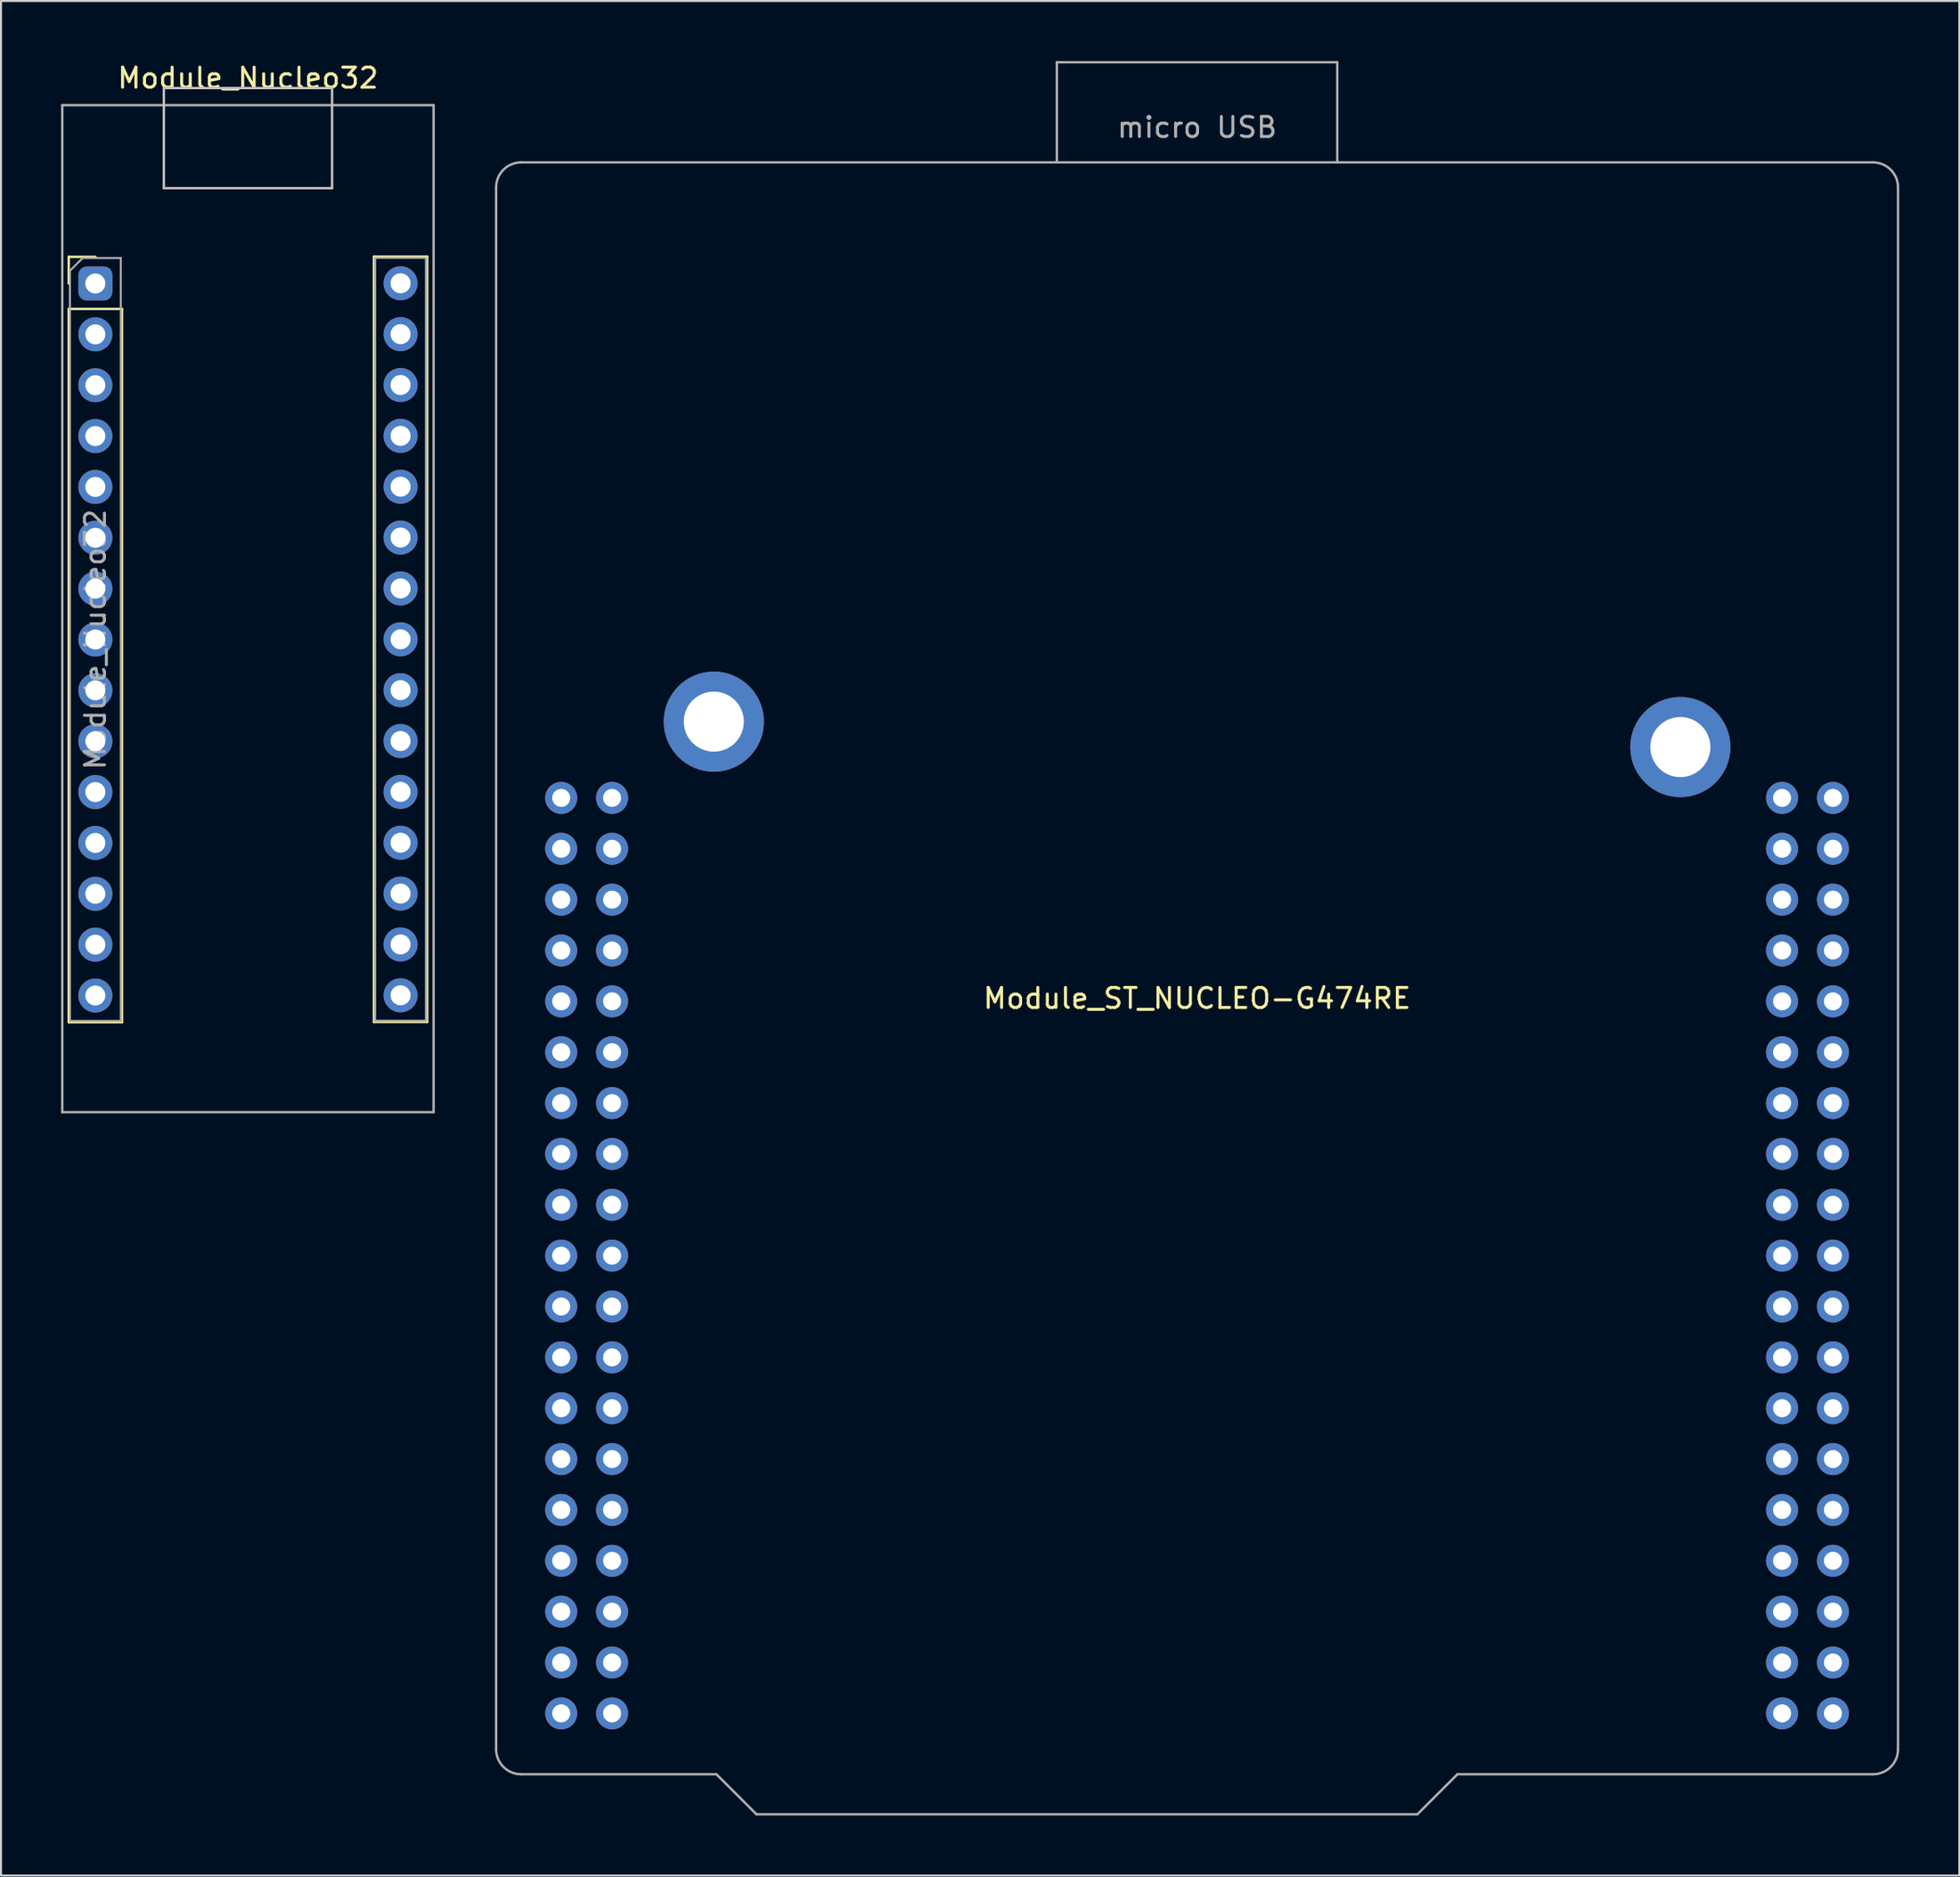
<source format=kicad_pcb>
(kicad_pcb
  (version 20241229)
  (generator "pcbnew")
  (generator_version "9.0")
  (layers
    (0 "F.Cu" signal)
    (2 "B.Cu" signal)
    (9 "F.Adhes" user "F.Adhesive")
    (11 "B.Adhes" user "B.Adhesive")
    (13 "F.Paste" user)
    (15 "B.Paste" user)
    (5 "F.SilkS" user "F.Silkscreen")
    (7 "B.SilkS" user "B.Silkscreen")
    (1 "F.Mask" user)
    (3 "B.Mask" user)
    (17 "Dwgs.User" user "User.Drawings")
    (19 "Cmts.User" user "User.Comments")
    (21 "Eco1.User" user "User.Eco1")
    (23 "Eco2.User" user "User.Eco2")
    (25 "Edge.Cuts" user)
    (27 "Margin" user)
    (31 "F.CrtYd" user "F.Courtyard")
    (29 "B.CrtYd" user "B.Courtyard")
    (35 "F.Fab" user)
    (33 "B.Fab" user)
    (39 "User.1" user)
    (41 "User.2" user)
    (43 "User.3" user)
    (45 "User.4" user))
  (footprint "Module_ST_NUCLEO-G474RE"
    (layer "F.Cu")
    (at 56.722 46.31)
    (property "Reference" "Module_ST_NUCLEO-G474RE" (at 0 0.5 0) (layer "F.SilkS") (effects (font (size 1 1) (thickness 0.15))))
    (attr through_hole)
    (fp_line (start -35 38) (end -35 -40) (stroke (width 0.12) (type solid)) (layer "F.Fab"))
    (fp_line (start -33.75 -41.25) (end 33.75 -41.25) (stroke (width 0.12) (type solid)) (layer "F.Fab"))
    (fp_line (start -24 39.25) (end -33.75 39.25) (stroke (width 0.12) (type solid)) (layer "F.Fab"))
    (fp_line (start -22 41.25) (end -24 39.25) (stroke (width 0.12) (type solid)) (layer "F.Fab"))
    (fp_line (start -22 41.25) (end 11 41.25) (stroke (width 0.12) (type solid)) (layer "F.Fab"))
    (fp_line (start -7 -46.25) (end -7 -41.25) (stroke (width 0.12) (type solid)) (layer "F.Fab"))
    (fp_line (start 7 -46.25) (end -7 -46.25) (stroke (width 0.12) (type solid)) (layer "F.Fab"))
    (fp_line (start 7 -41.25) (end 7 -46.25) (stroke (width 0.12) (type solid)) (layer "F.Fab"))
    (fp_line (start 11 41.25) (end 13 39.25) (stroke (width 0.12) (type solid)) (layer "F.Fab"))
    (fp_line (start 13 39.25) (end 33.75 39.25) (stroke (width 0.12) (type solid)) (layer "F.Fab"))
    (fp_line (start 35 -40) (end 35 38) (stroke (width 0.12) (type solid)) (layer "F.Fab"))
    (fp_arc (start -35 -40) (mid -34.633883 -40.883883) (end -33.75 -41.25) (stroke (width 0.12) (type solid)) (layer "F.Fab"))
    (fp_arc (start -33.75 39.25) (mid -34.633883 38.883883) (end -35 38) (stroke (width 0.12) (type solid)) (layer "F.Fab"))
    (fp_arc (start 33.75 -41.25) (mid 34.633883 -40.883883) (end 35 -40) (stroke (width 0.12) (type solid)) (layer "F.Fab"))
    (fp_arc (start 35 38) (mid 34.633883 38.883883) (end 33.75 39.25) (stroke (width 0.12) (type solid)) (layer "F.Fab"))
    (fp_text user "micro USB" (at 0 -43 0) (layer "F.Fab") (effects (font (size 1 1) (thickness 0.15))))
    (pad "" np_thru_hole circle (at -24.13 -13.32) (size 5 5) (drill 3) (layers "*.Cu" "*.Mask"))
    (pad "" np_thru_hole circle (at 24.13 -12.05) (size 5 5) (drill 3) (layers "*.Cu" "*.Mask"))
    (pad "1" thru_hole circle (at -31.75 -9.51) (size 1.6 1.6) (drill 0.9) (layers "*.Cu" "*.Mask"))
    (pad "2" thru_hole circle (at -29.21 -9.51) (size 1.6 1.6) (drill 0.9) (layers "*.Cu" "*.Mask"))
    (pad "3" thru_hole circle (at -31.75 -6.97) (size 1.6 1.6) (drill 0.9) (layers "*.Cu" "*.Mask"))
    (pad "4" thru_hole circle (at -29.21 -6.97) (size 1.6 1.6) (drill 0.9) (layers "*.Cu" "*.Mask"))
    (pad "5" thru_hole circle (at -31.75 -4.43) (size 1.6 1.6) (drill 0.9) (layers "*.Cu" "*.Mask"))
    (pad "6" thru_hole circle (at -29.21 -4.43) (size 1.6 1.6) (drill 0.9) (layers "*.Cu" "*.Mask"))
    (pad "7" thru_hole circle (at -31.75 -1.89) (size 1.6 1.6) (drill 0.9) (layers "*.Cu" "*.Mask"))
    (pad "8" thru_hole circle (at -29.21 -1.89) (size 1.6 1.6) (drill 0.9) (layers "*.Cu" "*.Mask"))
    (pad "9" thru_hole circle (at -31.75 0.65) (size 1.6 1.6) (drill 0.9) (layers "*.Cu" "*.Mask"))
    (pad "10" thru_hole circle (at -29.21 0.65) (size 1.6 1.6) (drill 0.9) (layers "*.Cu" "*.Mask"))
    (pad "11" thru_hole circle (at -31.75 3.19) (size 1.6 1.6) (drill 0.9) (layers "*.Cu" "*.Mask"))
    (pad "12" thru_hole circle (at -29.21 3.19) (size 1.6 1.6) (drill 0.9) (layers "*.Cu" "*.Mask"))
    (pad "13" thru_hole circle (at -31.75 5.73) (size 1.6 1.6) (drill 0.9) (layers "*.Cu" "*.Mask"))
    (pad "14" thru_hole circle (at -29.21 5.73) (size 1.6 1.6) (drill 0.9) (layers "*.Cu" "*.Mask"))
    (pad "15" thru_hole circle (at -31.75 8.27) (size 1.6 1.6) (drill 0.9) (layers "*.Cu" "*.Mask"))
    (pad "16" thru_hole circle (at -29.21 8.27) (size 1.6 1.6) (drill 0.9) (layers "*.Cu" "*.Mask"))
    (pad "17" thru_hole circle (at -31.75 10.81) (size 1.6 1.6) (drill 0.9) (layers "*.Cu" "*.Mask"))
    (pad "18" thru_hole circle (at -29.21 10.81) (size 1.6 1.6) (drill 0.9) (layers "*.Cu" "*.Mask"))
    (pad "19" thru_hole circle (at -31.75 13.35) (size 1.6 1.6) (drill 0.9) (layers "*.Cu" "*.Mask"))
    (pad "20" thru_hole circle (at -29.21 13.35) (size 1.6 1.6) (drill 0.9) (layers "*.Cu" "*.Mask"))
    (pad "21" thru_hole circle (at -31.75 15.89) (size 1.6 1.6) (drill 0.9) (layers "*.Cu" "*.Mask"))
    (pad "22" thru_hole circle (at -29.21 15.89) (size 1.6 1.6) (drill 0.9) (layers "*.Cu" "*.Mask"))
    (pad "23" thru_hole circle (at -31.75 18.43) (size 1.6 1.6) (drill 0.9) (layers "*.Cu" "*.Mask"))
    (pad "24" thru_hole circle (at -29.21 18.43) (size 1.6 1.6) (drill 0.9) (layers "*.Cu" "*.Mask"))
    (pad "25" thru_hole circle (at -31.75 20.97) (size 1.6 1.6) (drill 0.9) (layers "*.Cu" "*.Mask"))
    (pad "26" thru_hole circle (at -29.21 20.97) (size 1.6 1.6) (drill 0.9) (layers "*.Cu" "*.Mask"))
    (pad "27" thru_hole circle (at -31.75 23.51) (size 1.6 1.6) (drill 0.9) (layers "*.Cu" "*.Mask"))
    (pad "28" thru_hole circle (at -29.21 23.51) (size 1.6 1.6) (drill 0.9) (layers "*.Cu" "*.Mask"))
    (pad "29" thru_hole circle (at -31.75 26.05) (size 1.6 1.6) (drill 0.9) (layers "*.Cu" "*.Mask"))
    (pad "30" thru_hole circle (at -29.21 26.05) (size 1.6 1.6) (drill 0.9) (layers "*.Cu" "*.Mask"))
    (pad "31" thru_hole circle (at -31.75 28.59) (size 1.6 1.6) (drill 0.9) (layers "*.Cu" "*.Mask"))
    (pad "32" thru_hole circle (at -29.21 28.59) (size 1.6 1.6) (drill 0.9) (layers "*.Cu" "*.Mask"))
    (pad "33" thru_hole circle (at -31.75 31.13) (size 1.6 1.6) (drill 0.9) (layers "*.Cu" "*.Mask"))
    (pad "34" thru_hole circle (at -29.21 31.13) (size 1.6 1.6) (drill 0.9) (layers "*.Cu" "*.Mask"))
    (pad "35" thru_hole circle (at -31.75 33.67) (size 1.6 1.6) (drill 0.9) (layers "*.Cu" "*.Mask"))
    (pad "36" thru_hole circle (at -29.21 33.67) (size 1.6 1.6) (drill 0.9) (layers "*.Cu" "*.Mask"))
    (pad "37" thru_hole circle (at -31.75 36.21) (size 1.6 1.6) (drill 0.9) (layers "*.Cu" "*.Mask"))
    (pad "38" thru_hole circle (at -29.21 36.21) (size 1.6 1.6) (drill 0.9) (layers "*.Cu" "*.Mask"))
    (pad "39" thru_hole circle (at 29.21 -9.51) (size 1.6 1.6) (drill 0.9) (layers "*.Cu" "*.Mask"))
    (pad "40" thru_hole circle (at 31.75 -9.51) (size 1.6 1.6) (drill 0.9) (layers "*.Cu" "*.Mask"))
    (pad "41" thru_hole circle (at 29.21 -6.97) (size 1.6 1.6) (drill 0.9) (layers "*.Cu" "*.Mask"))
    (pad "42" thru_hole circle (at 31.75 -6.97) (size 1.6 1.6) (drill 0.9) (layers "*.Cu" "*.Mask"))
    (pad "43" thru_hole circle (at 29.21 -4.43) (size 1.6 1.6) (drill 0.9) (layers "*.Cu" "*.Mask"))
    (pad "44" thru_hole circle (at 31.75 -4.43) (size 1.6 1.6) (drill 0.9) (layers "*.Cu" "*.Mask"))
    (pad "45" thru_hole circle (at 29.21 -1.89) (size 1.6 1.6) (drill 0.9) (layers "*.Cu" "*.Mask"))
    (pad "46" thru_hole circle (at 31.75 -1.89) (size 1.6 1.6) (drill 0.9) (layers "*.Cu" "*.Mask"))
    (pad "47" thru_hole circle (at 29.21 0.65) (size 1.6 1.6) (drill 0.9) (layers "*.Cu" "*.Mask"))
    (pad "48" thru_hole circle (at 31.75 0.65) (size 1.6 1.6) (drill 0.9) (layers "*.Cu" "*.Mask"))
    (pad "49" thru_hole circle (at 29.21 3.19) (size 1.6 1.6) (drill 0.9) (layers "*.Cu" "*.Mask"))
    (pad "50" thru_hole circle (at 31.75 3.19) (size 1.6 1.6) (drill 0.9) (layers "*.Cu" "*.Mask"))
    (pad "51" thru_hole circle (at 29.21 5.73) (size 1.6 1.6) (drill 0.9) (layers "*.Cu" "*.Mask"))
    (pad "52" thru_hole circle (at 31.75 5.73) (size 1.6 1.6) (drill 0.9) (layers "*.Cu" "*.Mask"))
    (pad "53" thru_hole circle (at 29.21 8.27) (size 1.6 1.6) (drill 0.9) (layers "*.Cu" "*.Mask"))
    (pad "54" thru_hole circle (at 31.75 8.27) (size 1.6 1.6) (drill 0.9) (layers "*.Cu" "*.Mask"))
    (pad "55" thru_hole circle (at 29.21 10.81) (size 1.6 1.6) (drill 0.9) (layers "*.Cu" "*.Mask"))
    (pad "56" thru_hole circle (at 31.75 10.81) (size 1.6 1.6) (drill 0.9) (layers "*.Cu" "*.Mask"))
    (pad "57" thru_hole circle (at 29.21 13.35) (size 1.6 1.6) (drill 0.9) (layers "*.Cu" "*.Mask"))
    (pad "58" thru_hole circle (at 31.75 13.35) (size 1.6 1.6) (drill 0.9) (layers "*.Cu" "*.Mask"))
    (pad "59" thru_hole circle (at 29.21 15.89) (size 1.6 1.6) (drill 0.9) (layers "*.Cu" "*.Mask"))
    (pad "60" thru_hole circle (at 31.75 15.89) (size 1.6 1.6) (drill 0.9) (layers "*.Cu" "*.Mask"))
    (pad "61" thru_hole circle (at 29.21 18.43) (size 1.6 1.6) (drill 0.9) (layers "*.Cu" "*.Mask"))
    (pad "62" thru_hole circle (at 31.75 18.43) (size 1.6 1.6) (drill 0.9) (layers "*.Cu" "*.Mask"))
    (pad "63" thru_hole circle (at 29.21 20.97) (size 1.6 1.6) (drill 0.9) (layers "*.Cu" "*.Mask"))
    (pad "64" thru_hole circle (at 31.75 20.97) (size 1.6 1.6) (drill 0.9) (layers "*.Cu" "*.Mask"))
    (pad "65" thru_hole circle (at 29.21 23.51) (size 1.6 1.6) (drill 0.9) (layers "*.Cu" "*.Mask"))
    (pad "66" thru_hole circle (at 31.75 23.51) (size 1.6 1.6) (drill 0.9) (layers "*.Cu" "*.Mask"))
    (pad "67" thru_hole circle (at 29.21 26.05) (size 1.6 1.6) (drill 0.9) (layers "*.Cu" "*.Mask"))
    (pad "68" thru_hole circle (at 31.75 26.05) (size 1.6 1.6) (drill 0.9) (layers "*.Cu" "*.Mask"))
    (pad "69" thru_hole circle (at 29.21 28.59) (size 1.6 1.6) (drill 0.9) (layers "*.Cu" "*.Mask"))
    (pad "70" thru_hole circle (at 31.75 28.59) (size 1.6 1.6) (drill 0.9) (layers "*.Cu" "*.Mask"))
    (pad "71" thru_hole circle (at 29.21 31.13) (size 1.6 1.6) (drill 0.9) (layers "*.Cu" "*.Mask"))
    (pad "72" thru_hole circle (at 31.75 31.13) (size 1.6 1.6) (drill 0.9) (layers "*.Cu" "*.Mask"))
    (pad "73" thru_hole circle (at 29.21 33.67) (size 1.6 1.6) (drill 0.9) (layers "*.Cu" "*.Mask"))
    (pad "74" thru_hole circle (at 31.75 33.67) (size 1.6 1.6) (drill 0.9) (layers "*.Cu" "*.Mask"))
    (pad "75" thru_hole circle (at 29.21 36.21) (size 1.6 1.6) (drill 0.9) (layers "*.Cu" "*.Mask"))
    (pad "76" thru_hole circle (at 31.75 36.21) (size 1.6 1.6) (drill 0.9) (layers "*.Cu" "*.Mask")))
  (footprint "Module_Nucleo32"
    (layer "F.Cu")
    (at 9.331 27.348)
    (property "Reference" "Module_Nucleo32" (at 0 -26.5 0) (layer "F.SilkS") (effects (font (size 1 1) (thickness 0.15))))
    (attr through_hole)
    (fp_line (start -8.95 -17.57) (end -7.62 -17.57) (stroke (width 0.12) (type solid)) (layer "F.SilkS"))
    (fp_line (start -8.95 -16.24) (end -8.95 -17.57) (stroke (width 0.12) (type solid)) (layer "F.SilkS"))
    (fp_line (start -8.95 -14.97) (end -8.95 20.65) (stroke (width 0.12) (type solid)) (layer "F.SilkS"))
    (fp_line (start -8.95 -14.97) (end -6.29 -14.97) (stroke (width 0.12) (type solid)) (layer "F.SilkS"))
    (fp_line (start -8.95 20.65) (end -6.29 20.65) (stroke (width 0.12) (type solid)) (layer "F.SilkS"))
    (fp_line (start -6.29 -14.97) (end -6.29 20.65) (stroke (width 0.12) (type solid)) (layer "F.SilkS"))
    (fp_line (start 6.29 -17.58) (end 6.29 20.64) (stroke (width 0.12) (type solid)) (layer "F.SilkS"))
    (fp_line (start 6.29 -17.58) (end 8.95 -17.58) (stroke (width 0.12) (type solid)) (layer "F.SilkS"))
    (fp_line (start 6.29 20.64) (end 8.95 20.64) (stroke (width 0.12) (type solid)) (layer "F.SilkS"))
    (fp_line (start 8.95 -17.58) (end 8.95 20.64) (stroke (width 0.12) (type solid)) (layer "F.SilkS"))
    (fp_line (start -4.2 -26) (end 4.2 -26) (stroke (width 0.12) (type solid)) (layer "Dwgs.User"))
    (fp_line (start -4.2 -21) (end -4.2 -26) (stroke (width 0.12) (type solid)) (layer "Dwgs.User"))
    (fp_line (start 4.2 -26) (end 4.2 -21) (stroke (width 0.12) (type solid)) (layer "Dwgs.User"))
    (fp_line (start 4.2 -21) (end -4.2 -21) (stroke (width 0.12) (type solid)) (layer "Dwgs.User"))
    (fp_line (start -9.271 -25.146) (end 9.271 -25.146) (stroke (width 0.12) (type solid)) (layer "F.Fab"))
    (fp_line (start -9.271 25.146) (end -9.271 -25.146) (stroke (width 0.12) (type solid)) (layer "F.Fab"))
    (fp_line (start -8.89 -16.875) (end -8.255 -17.51) (stroke (width 0.1) (type solid)) (layer "F.Fab"))
    (fp_line (start -8.89 20.59) (end -8.89 -16.875) (stroke (width 0.1) (type solid)) (layer "F.Fab"))
    (fp_line (start -8.255 -17.51) (end -6.35 -17.51) (stroke (width 0.1) (type solid)) (layer "F.Fab"))
    (fp_line (start -6.35 -17.51) (end -6.35 20.59) (stroke (width 0.1) (type solid)) (layer "F.Fab"))
    (fp_line (start -6.35 20.59) (end -8.89 20.59) (stroke (width 0.1) (type solid)) (layer "F.Fab"))
    (fp_line (start 6.35 -17.52) (end 8.89 -17.52) (stroke (width 0.1) (type solid)) (layer "F.Fab"))
    (fp_line (start 6.35 20.58) (end 6.35 -17.52) (stroke (width 0.1) (type solid)) (layer "F.Fab"))
    (fp_line (start 8.89 -17.52) (end 8.89 20.58) (stroke (width 0.1) (type solid)) (layer "F.Fab"))
    (fp_line (start 8.89 20.58) (end 6.35 20.58) (stroke (width 0.1) (type solid)) (layer "F.Fab"))
    (fp_line (start 9.271 -25.146) (end 9.271 25.146) (stroke (width 0.12) (type solid)) (layer "F.Fab"))
    (fp_line (start 9.271 25.146) (end -9.271 25.146) (stroke (width 0.12) (type solid)) (layer "F.Fab"))
    (fp_text user "${REFERENCE}" (at -7.62 1.54 90) (layer "F.Fab") (effects (font (size 1 1) (thickness 0.15))))
    (pad "1" thru_hole roundrect (at -7.62 -16.24) (size 1.7 1.7) (drill 1) (layers "*.Cu" "*.Mask") (roundrect_rratio 0.25))
    (pad "2" thru_hole oval (at -7.62 -13.7) (size 1.7 1.7) (drill 1) (layers "*.Cu" "*.Mask"))
    (pad "3" thru_hole oval (at -7.62 -11.16) (size 1.7 1.7) (drill 1) (layers "*.Cu" "*.Mask"))
    (pad "4" thru_hole oval (at -7.62 -8.62) (size 1.7 1.7) (drill 1) (layers "*.Cu" "*.Mask"))
    (pad "5" thru_hole oval (at -7.62 -6.08) (size 1.7 1.7) (drill 1) (layers "*.Cu" "*.Mask"))
    (pad "6" thru_hole oval (at -7.62 -3.54) (size 1.7 1.7) (drill 1) (layers "*.Cu" "*.Mask"))
    (pad "7" thru_hole oval (at -7.62 -1) (size 1.7 1.7) (drill 1) (layers "*.Cu" "*.Mask"))
    (pad "8" thru_hole oval (at -7.62 1.54) (size 1.7 1.7) (drill 1) (layers "*.Cu" "*.Mask"))
    (pad "9" thru_hole oval (at -7.62 4.08) (size 1.7 1.7) (drill 1) (layers "*.Cu" "*.Mask"))
    (pad "10" thru_hole oval (at -7.62 6.62) (size 1.7 1.7) (drill 1) (layers "*.Cu" "*.Mask"))
    (pad "11" thru_hole oval (at -7.62 9.16) (size 1.7 1.7) (drill 1) (layers "*.Cu" "*.Mask"))
    (pad "12" thru_hole oval (at -7.62 11.7) (size 1.7 1.7) (drill 1) (layers "*.Cu" "*.Mask"))
    (pad "13" thru_hole oval (at -7.62 14.24) (size 1.7 1.7) (drill 1) (layers "*.Cu" "*.Mask"))
    (pad "14" thru_hole oval (at -7.62 16.78) (size 1.7 1.7) (drill 1) (layers "*.Cu" "*.Mask"))
    (pad "15" thru_hole oval (at -7.62 19.32) (size 1.7 1.7) (drill 1) (layers "*.Cu" "*.Mask"))
    (pad "16" thru_hole oval (at 7.62 19.31) (size 1.7 1.7) (drill 1) (layers "*.Cu" "*.Mask"))
    (pad "17" thru_hole oval (at 7.62 16.77) (size 1.7 1.7) (drill 1) (layers "*.Cu" "*.Mask"))
    (pad "18" thru_hole oval (at 7.62 14.23) (size 1.7 1.7) (drill 1) (layers "*.Cu" "*.Mask"))
    (pad "19" thru_hole oval (at 7.62 11.69) (size 1.7 1.7) (drill 1) (layers "*.Cu" "*.Mask"))
    (pad "20" thru_hole oval (at 7.62 9.15) (size 1.7 1.7) (drill 1) (layers "*.Cu" "*.Mask"))
    (pad "21" thru_hole oval (at 7.62 6.61) (size 1.7 1.7) (drill 1) (layers "*.Cu" "*.Mask"))
    (pad "22" thru_hole oval (at 7.62 4.07) (size 1.7 1.7) (drill 1) (layers "*.Cu" "*.Mask"))
    (pad "23" thru_hole oval (at 7.62 1.53) (size 1.7 1.7) (drill 1) (layers "*.Cu" "*.Mask"))
    (pad "24" thru_hole oval (at 7.62 -1.01) (size 1.7 1.7) (drill 1) (layers "*.Cu" "*.Mask"))
    (pad "25" thru_hole oval (at 7.62 -3.55) (size 1.7 1.7) (drill 1) (layers "*.Cu" "*.Mask"))
    (pad "26" thru_hole oval (at 7.62 -6.09) (size 1.7 1.7) (drill 1) (layers "*.Cu" "*.Mask"))
    (pad "27" thru_hole oval (at 7.62 -8.63) (size 1.7 1.7) (drill 1) (layers "*.Cu" "*.Mask"))
    (pad "28" thru_hole oval (at 7.62 -11.17) (size 1.7 1.7) (drill 1) (layers "*.Cu" "*.Mask"))
    (pad "29" thru_hole oval (at 7.62 -13.71) (size 1.7 1.7) (drill 1) (layers "*.Cu" "*.Mask"))
    (pad "30" thru_hole circle (at 7.62 -16.25) (size 1.7 1.7) (drill 1) (layers "*.Cu" "*.Mask")))
  (gr_rect
    (start -3 -3)
    (end 94.782 90.62)
    (stroke (width 0.1) (type default))
    (fill no)
    (layer "Edge.Cuts")))
</source>
